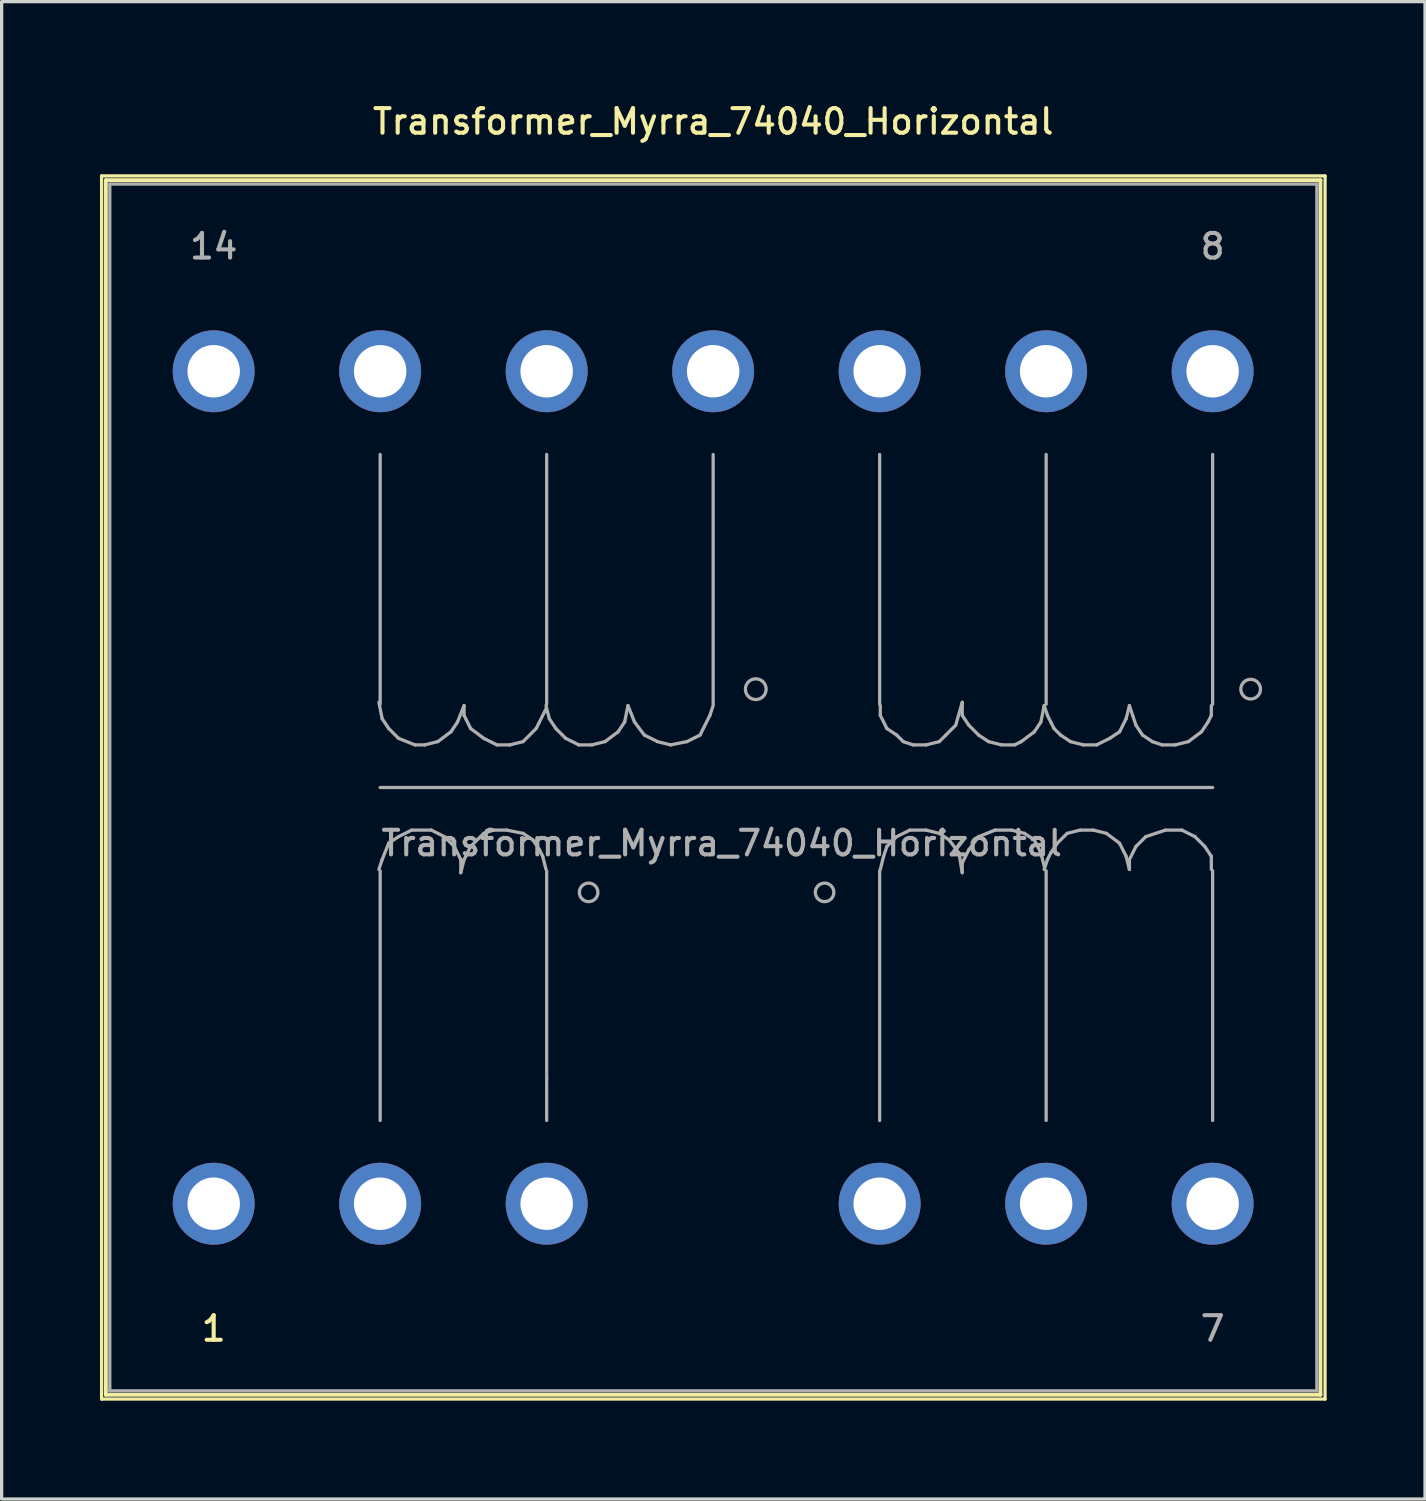
<source format=kicad_pcb>
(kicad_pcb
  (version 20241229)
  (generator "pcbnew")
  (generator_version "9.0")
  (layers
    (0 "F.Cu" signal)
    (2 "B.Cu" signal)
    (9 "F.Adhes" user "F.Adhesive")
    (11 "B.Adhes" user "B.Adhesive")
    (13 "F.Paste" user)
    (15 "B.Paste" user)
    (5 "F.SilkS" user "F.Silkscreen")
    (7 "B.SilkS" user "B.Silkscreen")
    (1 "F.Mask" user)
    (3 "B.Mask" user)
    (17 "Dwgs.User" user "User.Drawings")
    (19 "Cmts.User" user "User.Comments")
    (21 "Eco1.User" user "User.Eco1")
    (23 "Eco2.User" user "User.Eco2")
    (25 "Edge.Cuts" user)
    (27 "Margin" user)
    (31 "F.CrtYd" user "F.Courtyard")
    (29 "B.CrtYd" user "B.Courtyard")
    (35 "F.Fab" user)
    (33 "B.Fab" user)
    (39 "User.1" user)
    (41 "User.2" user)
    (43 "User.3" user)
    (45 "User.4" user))
  (footprint "Transformer_Myrra_74040_Horizontal"
    (layer "F.Cu")
    (at 3.47 33.678)
    (property "Reference" "Transformer_Myrra_74040_Horizontal" (at 15.24 -33.02 0) (layer "F.SilkS") (effects (font (size 0.75 0.75) (thickness 0.125))))
    (attr through_hole)
    (fp_line (start -3.42 -31.36) (end -3.42 5.96) (stroke (width 0.1) (type solid)) (layer "F.SilkS"))
    (fp_line (start -3.42 -31.36) (end 33.91 -31.36) (stroke (width 0.1) (type solid)) (layer "F.SilkS"))
    (fp_line (start -3.29 -31.23) (end -3.29 5.83) (stroke (width 0.12) (type solid)) (layer "F.SilkS"))
    (fp_line (start -3.29 -31.23) (end 33.77 -31.23) (stroke (width 0.12) (type solid)) (layer "F.SilkS"))
    (fp_line (start 33.77 5.83) (end -3.29 5.83) (stroke (width 0.12) (type solid)) (layer "F.SilkS"))
    (fp_line (start 33.77 5.83) (end 33.77 -31.23) (stroke (width 0.12) (type solid)) (layer "F.SilkS"))
    (fp_line (start 33.91 5.96) (end -3.42 5.96) (stroke (width 0.1) (type solid)) (layer "F.SilkS"))
    (fp_line (start 33.91 5.96) (end 33.91 -31.36) (stroke (width 0.1) (type solid)) (layer "F.SilkS"))
    (fp_line (start -3.17 -31.11) (end 33.66 -31.11) (stroke (width 0.1) (type solid)) (layer "F.Fab"))
    (fp_line (start -3.17 5.71) (end -3.17 -31.11) (stroke (width 0.1) (type solid)) (layer "F.Fab"))
    (fp_line (start 5.04 -10.2) (end 5.14 -10.5) (stroke (width 0.1) (type solid)) (layer "F.Fab"))
    (fp_line (start 5.08 -15.24) (end 5.08 -22.86) (stroke (width 0.1) (type solid)) (layer "F.Fab"))
    (fp_line (start 5.08 -12.7) (end 30.48 -12.7) (stroke (width 0.1) (type solid)) (layer "F.Fab"))
    (fp_line (start 5.08 -2.54) (end 5.08 -10.16) (stroke (width 0.1) (type solid)) (layer "F.Fab"))
    (fp_line (start 5.14 -14.8) (end 5.04 -15.3) (stroke (width 0.1) (type solid)) (layer "F.Fab"))
    (fp_line (start 5.14 -10.5) (end 5.34 -11) (stroke (width 0.1) (type solid)) (layer "F.Fab"))
    (fp_line (start 5.34 -14.5) (end 5.14 -14.8) (stroke (width 0.1) (type solid)) (layer "F.Fab"))
    (fp_line (start 5.34 -11) (end 5.64 -11.2) (stroke (width 0.1) (type solid)) (layer "F.Fab"))
    (fp_line (start 5.64 -14.2) (end 5.34 -14.5) (stroke (width 0.1) (type solid)) (layer "F.Fab"))
    (fp_line (start 5.64 -11.2) (end 6.04 -11.4) (stroke (width 0.1) (type solid)) (layer "F.Fab"))
    (fp_line (start 6.04 -11.4) (end 6.64 -11.4) (stroke (width 0.1) (type solid)) (layer "F.Fab"))
    (fp_line (start 6.14 -14) (end 5.64 -14.2) (stroke (width 0.1) (type solid)) (layer "F.Fab"))
    (fp_line (start 6.44 -14) (end 6.14 -14) (stroke (width 0.1) (type solid)) (layer "F.Fab"))
    (fp_line (start 6.64 -11.4) (end 7.04 -11.2) (stroke (width 0.1) (type solid)) (layer "F.Fab"))
    (fp_line (start 6.84 -14.1) (end 6.44 -14) (stroke (width 0.1) (type solid)) (layer "F.Fab"))
    (fp_line (start 7.04 -11.2) (end 7.34 -10.9) (stroke (width 0.1) (type solid)) (layer "F.Fab"))
    (fp_line (start 7.24 -14.4) (end 6.84 -14.1) (stroke (width 0.1) (type solid)) (layer "F.Fab"))
    (fp_line (start 7.34 -10.9) (end 7.54 -10.5) (stroke (width 0.1) (type solid)) (layer "F.Fab"))
    (fp_line (start 7.44 -14.7) (end 7.24 -14.4) (stroke (width 0.1) (type solid)) (layer "F.Fab"))
    (fp_line (start 7.54 -10.5) (end 7.54 -10.1) (stroke (width 0.1) (type solid)) (layer "F.Fab"))
    (fp_line (start 7.54 -10.1) (end 7.64 -10.5) (stroke (width 0.1) (type solid)) (layer "F.Fab"))
    (fp_line (start 7.64 -15.2) (end 7.44 -14.7) (stroke (width 0.1) (type solid)) (layer "F.Fab"))
    (fp_line (start 7.64 -14.9) (end 7.64 -15.2) (stroke (width 0.1) (type solid)) (layer "F.Fab"))
    (fp_line (start 7.64 -10.5) (end 7.84 -10.9) (stroke (width 0.1) (type solid)) (layer "F.Fab"))
    (fp_line (start 7.84 -14.5) (end 7.64 -14.9) (stroke (width 0.1) (type solid)) (layer "F.Fab"))
    (fp_line (start 7.84 -10.9) (end 8.24 -11.3) (stroke (width 0.1) (type solid)) (layer "F.Fab"))
    (fp_line (start 8.24 -14.2) (end 7.84 -14.5) (stroke (width 0.1) (type solid)) (layer "F.Fab"))
    (fp_line (start 8.24 -11.3) (end 8.54 -11.4) (stroke (width 0.1) (type solid)) (layer "F.Fab"))
    (fp_line (start 8.54 -11.4) (end 8.94 -11.4) (stroke (width 0.1) (type solid)) (layer "F.Fab"))
    (fp_line (start 8.64 -14) (end 8.24 -14.2) (stroke (width 0.1) (type solid)) (layer "F.Fab"))
    (fp_line (start 8.94 -11.4) (end 9.44 -11.3) (stroke (width 0.1) (type solid)) (layer "F.Fab"))
    (fp_line (start 9.04 -14) (end 8.64 -14) (stroke (width 0.1) (type solid)) (layer "F.Fab"))
    (fp_line (start 9.44 -14.1) (end 9.04 -14) (stroke (width 0.1) (type solid)) (layer "F.Fab"))
    (fp_line (start 9.44 -11.3) (end 9.74 -11.1) (stroke (width 0.1) (type solid)) (layer "F.Fab"))
    (fp_line (start 9.74 -11.1) (end 9.94 -10.8) (stroke (width 0.1) (type solid)) (layer "F.Fab"))
    (fp_line (start 9.84 -14.5) (end 9.44 -14.1) (stroke (width 0.1) (type solid)) (layer "F.Fab"))
    (fp_line (start 9.94 -10.8) (end 10.04 -10.6) (stroke (width 0.1) (type solid)) (layer "F.Fab"))
    (fp_line (start 10.04 -10.6) (end 10.14 -10.2) (stroke (width 0.1) (type solid)) (layer "F.Fab"))
    (fp_line (start 10.14 -15.1) (end 9.84 -14.5) (stroke (width 0.1) (type solid)) (layer "F.Fab"))
    (fp_line (start 10.16 -15.24) (end 10.16 -22.86) (stroke (width 0.1) (type solid)) (layer "F.Fab"))
    (fp_line (start 10.16 -10.16) (end 10.16 -3.81) (stroke (width 0.1) (type solid)) (layer "F.Fab"))
    (fp_line (start 10.16 -3.81) (end 10.16 -2.54) (stroke (width 0.1) (type solid)) (layer "F.Fab"))
    (fp_line (start 10.24 -14.8) (end 10.14 -15.2) (stroke (width 0.1) (type solid)) (layer "F.Fab"))
    (fp_line (start 10.44 -14.5) (end 10.24 -14.8) (stroke (width 0.1) (type solid)) (layer "F.Fab"))
    (fp_line (start 10.74 -14.2) (end 10.44 -14.5) (stroke (width 0.1) (type solid)) (layer "F.Fab"))
    (fp_line (start 11.14 -14) (end 10.74 -14.2) (stroke (width 0.1) (type solid)) (layer "F.Fab"))
    (fp_line (start 11.54 -14) (end 11.14 -14) (stroke (width 0.1) (type solid)) (layer "F.Fab"))
    (fp_line (start 11.94 -14.1) (end 11.54 -14) (stroke (width 0.1) (type solid)) (layer "F.Fab"))
    (fp_line (start 12.34 -14.4) (end 11.94 -14.1) (stroke (width 0.1) (type solid)) (layer "F.Fab"))
    (fp_line (start 12.54 -14.7) (end 12.34 -14.4) (stroke (width 0.1) (type solid)) (layer "F.Fab"))
    (fp_line (start 12.64 -15.2) (end 12.54 -14.7) (stroke (width 0.1) (type solid)) (layer "F.Fab"))
    (fp_line (start 12.84 -14.7) (end 12.64 -15.2) (stroke (width 0.1) (type solid)) (layer "F.Fab"))
    (fp_line (start 13.14 -14.3) (end 12.84 -14.7) (stroke (width 0.1) (type solid)) (layer "F.Fab"))
    (fp_line (start 13.54 -14.1) (end 13.14 -14.3) (stroke (width 0.1) (type solid)) (layer "F.Fab"))
    (fp_line (start 13.94 -14) (end 13.54 -14.1) (stroke (width 0.1) (type solid)) (layer "F.Fab"))
    (fp_line (start 14.44 -14.1) (end 13.94 -14) (stroke (width 0.1) (type solid)) (layer "F.Fab"))
    (fp_line (start 14.84 -14.3) (end 14.44 -14.1) (stroke (width 0.1) (type solid)) (layer "F.Fab"))
    (fp_line (start 15.14 -14.9) (end 14.84 -14.3) (stroke (width 0.1) (type solid)) (layer "F.Fab"))
    (fp_line (start 15.24 -15.24) (end 15.24 -22.86) (stroke (width 0.1) (type solid)) (layer "F.Fab"))
    (fp_line (start 15.24 -15.2) (end 15.14 -14.9) (stroke (width 0.1) (type solid)) (layer "F.Fab"))
    (fp_line (start 20.32 -15.24) (end 20.32 -22.86) (stroke (width 0.1) (type solid)) (layer "F.Fab"))
    (fp_line (start 20.32 -10.16) (end 20.32 -2.54) (stroke (width 0.1) (type solid)) (layer "F.Fab"))
    (fp_line (start 20.34 -14.9) (end 20.34 -15.2) (stroke (width 0.1) (type solid)) (layer "F.Fab"))
    (fp_line (start 20.44 -10.6) (end 20.34 -10.2) (stroke (width 0.1) (type solid)) (layer "F.Fab"))
    (fp_line (start 20.54 -14.5) (end 20.34 -14.9) (stroke (width 0.1) (type solid)) (layer "F.Fab"))
    (fp_line (start 20.54 -10.9) (end 20.44 -10.6) (stroke (width 0.1) (type solid)) (layer "F.Fab"))
    (fp_line (start 20.84 -14.3) (end 20.54 -14.5) (stroke (width 0.1) (type solid)) (layer "F.Fab"))
    (fp_line (start 20.84 -11.2) (end 20.54 -10.9) (stroke (width 0.1) (type solid)) (layer "F.Fab"))
    (fp_line (start 21.04 -14.1) (end 20.84 -14.3) (stroke (width 0.1) (type solid)) (layer "F.Fab"))
    (fp_line (start 21.24 -11.4) (end 20.84 -11.2) (stroke (width 0.1) (type solid)) (layer "F.Fab"))
    (fp_line (start 21.34 -14) (end 21.04 -14.1) (stroke (width 0.1) (type solid)) (layer "F.Fab"))
    (fp_line (start 21.74 -14) (end 21.34 -14) (stroke (width 0.1) (type solid)) (layer "F.Fab"))
    (fp_line (start 21.74 -11.4) (end 21.24 -11.4) (stroke (width 0.1) (type solid)) (layer "F.Fab"))
    (fp_line (start 22.14 -14.1) (end 21.74 -14) (stroke (width 0.1) (type solid)) (layer "F.Fab"))
    (fp_line (start 22.14 -11.3) (end 21.74 -11.4) (stroke (width 0.1) (type solid)) (layer "F.Fab"))
    (fp_line (start 22.34 -14.3) (end 22.14 -14.1) (stroke (width 0.1) (type solid)) (layer "F.Fab"))
    (fp_line (start 22.44 -11.1) (end 22.14 -11.3) (stroke (width 0.1) (type solid)) (layer "F.Fab"))
    (fp_line (start 22.64 -14.6) (end 22.34 -14.3) (stroke (width 0.1) (type solid)) (layer "F.Fab"))
    (fp_line (start 22.74 -10.7) (end 22.44 -11.1) (stroke (width 0.1) (type solid)) (layer "F.Fab"))
    (fp_line (start 22.84 -15.3) (end 22.64 -14.6) (stroke (width 0.1) (type solid)) (layer "F.Fab"))
    (fp_line (start 22.84 -15.2) (end 22.84 -15.3) (stroke (width 0.1) (type solid)) (layer "F.Fab"))
    (fp_line (start 22.84 -14.9) (end 22.84 -15.2) (stroke (width 0.1) (type solid)) (layer "F.Fab"))
    (fp_line (start 22.84 -10.4) (end 22.84 -10.1) (stroke (width 0.1) (type solid)) (layer "F.Fab"))
    (fp_line (start 22.84 -10.1) (end 22.74 -10.7) (stroke (width 0.1) (type solid)) (layer "F.Fab"))
    (fp_line (start 23.04 -14.6) (end 22.84 -14.9) (stroke (width 0.1) (type solid)) (layer "F.Fab"))
    (fp_line (start 23.04 -10.8) (end 22.84 -10.4) (stroke (width 0.1) (type solid)) (layer "F.Fab"))
    (fp_line (start 23.34 -14.3) (end 23.04 -14.6) (stroke (width 0.1) (type solid)) (layer "F.Fab"))
    (fp_line (start 23.34 -11.2) (end 23.04 -10.8) (stroke (width 0.1) (type solid)) (layer "F.Fab"))
    (fp_line (start 23.64 -14.1) (end 23.34 -14.3) (stroke (width 0.1) (type solid)) (layer "F.Fab"))
    (fp_line (start 23.84 -11.4) (end 23.34 -11.2) (stroke (width 0.1) (type solid)) (layer "F.Fab"))
    (fp_line (start 24.04 -14) (end 23.64 -14.1) (stroke (width 0.1) (type solid)) (layer "F.Fab"))
    (fp_line (start 24.34 -11.4) (end 23.84 -11.4) (stroke (width 0.1) (type solid)) (layer "F.Fab"))
    (fp_line (start 24.44 -14) (end 24.04 -14) (stroke (width 0.1) (type solid)) (layer "F.Fab"))
    (fp_line (start 24.64 -14.1) (end 24.44 -14) (stroke (width 0.1) (type solid)) (layer "F.Fab"))
    (fp_line (start 24.74 -11.3) (end 24.34 -11.4) (stroke (width 0.1) (type solid)) (layer "F.Fab"))
    (fp_line (start 25.04 -14.4) (end 24.64 -14.1) (stroke (width 0.1) (type solid)) (layer "F.Fab"))
    (fp_line (start 25.04 -11.1) (end 24.74 -11.3) (stroke (width 0.1) (type solid)) (layer "F.Fab"))
    (fp_line (start 25.24 -14.7) (end 25.04 -14.4) (stroke (width 0.1) (type solid)) (layer "F.Fab"))
    (fp_line (start 25.24 -10.7) (end 25.04 -11.1) (stroke (width 0.1) (type solid)) (layer "F.Fab"))
    (fp_line (start 25.34 -15.2) (end 25.24 -14.7) (stroke (width 0.1) (type solid)) (layer "F.Fab"))
    (fp_line (start 25.34 -10.3) (end 25.24 -10.7) (stroke (width 0.1) (type solid)) (layer "F.Fab"))
    (fp_line (start 25.4 -15.24) (end 25.4 -22.86) (stroke (width 0.1) (type solid)) (layer "F.Fab"))
    (fp_line (start 25.4 -10.16) (end 25.4 -2.54) (stroke (width 0.1) (type solid)) (layer "F.Fab"))
    (fp_line (start 25.44 -14.9) (end 25.34 -15.2) (stroke (width 0.1) (type solid)) (layer "F.Fab"))
    (fp_line (start 25.44 -10.5) (end 25.34 -10.2) (stroke (width 0.1) (type solid)) (layer "F.Fab"))
    (fp_line (start 25.54 -14.7) (end 25.44 -14.9) (stroke (width 0.1) (type solid)) (layer "F.Fab"))
    (fp_line (start 25.54 -10.7) (end 25.44 -10.5) (stroke (width 0.1) (type solid)) (layer "F.Fab"))
    (fp_line (start 25.64 -14.5) (end 25.54 -14.7) (stroke (width 0.1) (type solid)) (layer "F.Fab"))
    (fp_line (start 25.74 -11) (end 25.54 -10.7) (stroke (width 0.1) (type solid)) (layer "F.Fab"))
    (fp_line (start 25.84 -14.3) (end 25.64 -14.5) (stroke (width 0.1) (type solid)) (layer "F.Fab"))
    (fp_line (start 26.04 -11.3) (end 25.74 -11) (stroke (width 0.1) (type solid)) (layer "F.Fab"))
    (fp_line (start 26.14 -14.1) (end 25.84 -14.3) (stroke (width 0.1) (type solid)) (layer "F.Fab"))
    (fp_line (start 26.44 -11.4) (end 26.04 -11.3) (stroke (width 0.1) (type solid)) (layer "F.Fab"))
    (fp_line (start 26.54 -14) (end 26.14 -14.1) (stroke (width 0.1) (type solid)) (layer "F.Fab"))
    (fp_line (start 26.84 -11.4) (end 26.44 -11.4) (stroke (width 0.1) (type solid)) (layer "F.Fab"))
    (fp_line (start 26.94 -14) (end 26.54 -14) (stroke (width 0.1) (type solid)) (layer "F.Fab"))
    (fp_line (start 27.24 -11.3) (end 26.84 -11.4) (stroke (width 0.1) (type solid)) (layer "F.Fab"))
    (fp_line (start 27.34 -14.2) (end 26.94 -14) (stroke (width 0.1) (type solid)) (layer "F.Fab"))
    (fp_line (start 27.64 -14.4) (end 27.34 -14.2) (stroke (width 0.1) (type solid)) (layer "F.Fab"))
    (fp_line (start 27.64 -11) (end 27.24 -11.3) (stroke (width 0.1) (type solid)) (layer "F.Fab"))
    (fp_line (start 27.84 -14.8) (end 27.64 -14.4) (stroke (width 0.1) (type solid)) (layer "F.Fab"))
    (fp_line (start 27.84 -10.6) (end 27.64 -11) (stroke (width 0.1) (type solid)) (layer "F.Fab"))
    (fp_line (start 27.94 -15.2) (end 27.84 -14.8) (stroke (width 0.1) (type solid)) (layer "F.Fab"))
    (fp_line (start 27.94 -10.5) (end 27.94 -10.2) (stroke (width 0.1) (type solid)) (layer "F.Fab"))
    (fp_line (start 27.94 -10.2) (end 27.84 -10.6) (stroke (width 0.1) (type solid)) (layer "F.Fab"))
    (fp_line (start 28.04 -14.9) (end 27.94 -15.2) (stroke (width 0.1) (type solid)) (layer "F.Fab"))
    (fp_line (start 28.14 -14.6) (end 28.04 -14.9) (stroke (width 0.1) (type solid)) (layer "F.Fab"))
    (fp_line (start 28.14 -10.9) (end 27.94 -10.5) (stroke (width 0.1) (type solid)) (layer "F.Fab"))
    (fp_line (start 28.34 -14.3) (end 28.14 -14.6) (stroke (width 0.1) (type solid)) (layer "F.Fab"))
    (fp_line (start 28.44 -11.2) (end 28.14 -10.9) (stroke (width 0.1) (type solid)) (layer "F.Fab"))
    (fp_line (start 28.64 -14.1) (end 28.34 -14.3) (stroke (width 0.1) (type solid)) (layer "F.Fab"))
    (fp_line (start 28.94 -14) (end 28.64 -14.1) (stroke (width 0.1) (type solid)) (layer "F.Fab"))
    (fp_line (start 29.04 -11.4) (end 28.44 -11.2) (stroke (width 0.1) (type solid)) (layer "F.Fab"))
    (fp_line (start 29.34 -14) (end 28.94 -14) (stroke (width 0.1) (type solid)) (layer "F.Fab"))
    (fp_line (start 29.54 -11.4) (end 29.04 -11.4) (stroke (width 0.1) (type solid)) (layer "F.Fab"))
    (fp_line (start 29.74 -14.1) (end 29.34 -14) (stroke (width 0.1) (type solid)) (layer "F.Fab"))
    (fp_line (start 29.94 -11.2) (end 29.54 -11.4) (stroke (width 0.1) (type solid)) (layer "F.Fab"))
    (fp_line (start 30.14 -14.4) (end 29.74 -14.1) (stroke (width 0.1) (type solid)) (layer "F.Fab"))
    (fp_line (start 30.24 -10.9) (end 29.94 -11.2) (stroke (width 0.1) (type solid)) (layer "F.Fab"))
    (fp_line (start 30.34 -14.7) (end 30.14 -14.4) (stroke (width 0.1) (type solid)) (layer "F.Fab"))
    (fp_line (start 30.44 -15.2) (end 30.44 -14.9) (stroke (width 0.1) (type solid)) (layer "F.Fab"))
    (fp_line (start 30.44 -14.9) (end 30.34 -14.7) (stroke (width 0.1) (type solid)) (layer "F.Fab"))
    (fp_line (start 30.44 -10.6) (end 30.24 -10.9) (stroke (width 0.1) (type solid)) (layer "F.Fab"))
    (fp_line (start 30.44 -10.2) (end 30.44 -10.6) (stroke (width 0.1) (type solid)) (layer "F.Fab"))
    (fp_line (start 30.48 -15.24) (end 30.48 -22.86) (stroke (width 0.1) (type solid)) (layer "F.Fab"))
    (fp_line (start 30.48 -10.16) (end 30.48 -2.54) (stroke (width 0.1) (type solid)) (layer "F.Fab"))
    (fp_line (start 33.66 -31.11) (end 33.66 5.71) (stroke (width 0.1) (type solid)) (layer "F.Fab"))
    (fp_line (start 33.66 5.71) (end -3.17 5.71) (stroke (width 0.1) (type solid)) (layer "F.Fab"))
    (fp_circle (center 11.44 -9.5) (end 11.64 -9.3) (stroke (width 0.1) (type solid)) (fill no) (layer "F.Fab"))
    (fp_circle (center 16.54 -15.7) (end 16.64 -15.4) (stroke (width 0.1) (type solid)) (fill no) (layer "F.Fab"))
    (fp_circle (center 18.64 -9.5) (end 18.84 -9.3) (stroke (width 0.1) (type solid)) (fill no) (layer "F.Fab"))
    (fp_circle (center 31.64 -15.7) (end 31.64 -15.4) (stroke (width 0.1) (type solid)) (fill no) (layer "F.Fab"))
    (fp_text user "1" (at 0 3.81 0) (layer "F.SilkS") (effects (font (size 0.75 0.75) (thickness 0.125))))
    (fp_text user "${REFERENCE}" (at 15.5 -11 0) (layer "F.Fab") (effects (font (size 0.75 0.75) (thickness 0.125))))
    (fp_text user "8" (at 30.48 -29.21 0) (layer "F.Fab") (effects (font (size 0.75 0.75) (thickness 0.125))))
    (fp_text user "14" (at 0 -29.21 0) (layer "F.Fab") (effects (font (size 0.75 0.75) (thickness 0.125))))
    (fp_text user "7" (at 30.48 3.81 0) (layer "F.Fab") (effects (font (size 0.75 0.75) (thickness 0.125))))
    (pad "1" thru_hole circle (at 0 0) (size 2.5 2.5) (drill 1.6) (layers "*.Cu" "*.Mask"))
    (pad "2" thru_hole circle (at 5.08 0) (size 2.5 2.5) (drill 1.6) (layers "*.Cu" "*.Mask"))
    (pad "3" thru_hole circle (at 10.16 0) (size 2.5 2.5) (drill 1.6) (layers "*.Cu" "*.Mask"))
    (pad "5" thru_hole circle (at 20.32 0) (size 2.5 2.5) (drill 1.6) (layers "*.Cu" "*.Mask"))
    (pad "6" thru_hole circle (at 25.4 0) (size 2.5 2.5) (drill 1.6) (layers "*.Cu" "*.Mask"))
    (pad "7" thru_hole circle (at 30.48 0) (size 2.5 2.5) (drill 1.6) (layers "*.Cu" "*.Mask"))
    (pad "8" thru_hole circle (at 30.48 -25.4) (size 2.5 2.5) (drill 1.6) (layers "*.Cu" "*.Mask"))
    (pad "9" thru_hole circle (at 25.4 -25.4) (size 2.5 2.5) (drill 1.6) (layers "*.Cu" "*.Mask"))
    (pad "10" thru_hole circle (at 20.32 -25.4) (size 2.5 2.5) (drill 1.6) (layers "*.Cu" "*.Mask"))
    (pad "11" thru_hole circle (at 15.24 -25.4) (size 2.5 2.5) (drill 1.6) (layers "*.Cu" "*.Mask"))
    (pad "12" thru_hole circle (at 10.16 -25.4) (size 2.5 2.5) (drill 1.6) (layers "*.Cu" "*.Mask"))
    (pad "13" thru_hole circle (at 5.08 -25.4) (size 2.5 2.5) (drill 1.6) (layers "*.Cu" "*.Mask"))
    (pad "14" thru_hole circle (at 0 -25.4) (size 2.5 2.5) (drill 1.6) (layers "*.Cu" "*.Mask")))
  (gr_rect
    (start -3 -3)
    (end 40.43 42.688)
    (stroke (width 0.1) (type default))
    (fill no)
    (layer "Edge.Cuts")))
</source>
